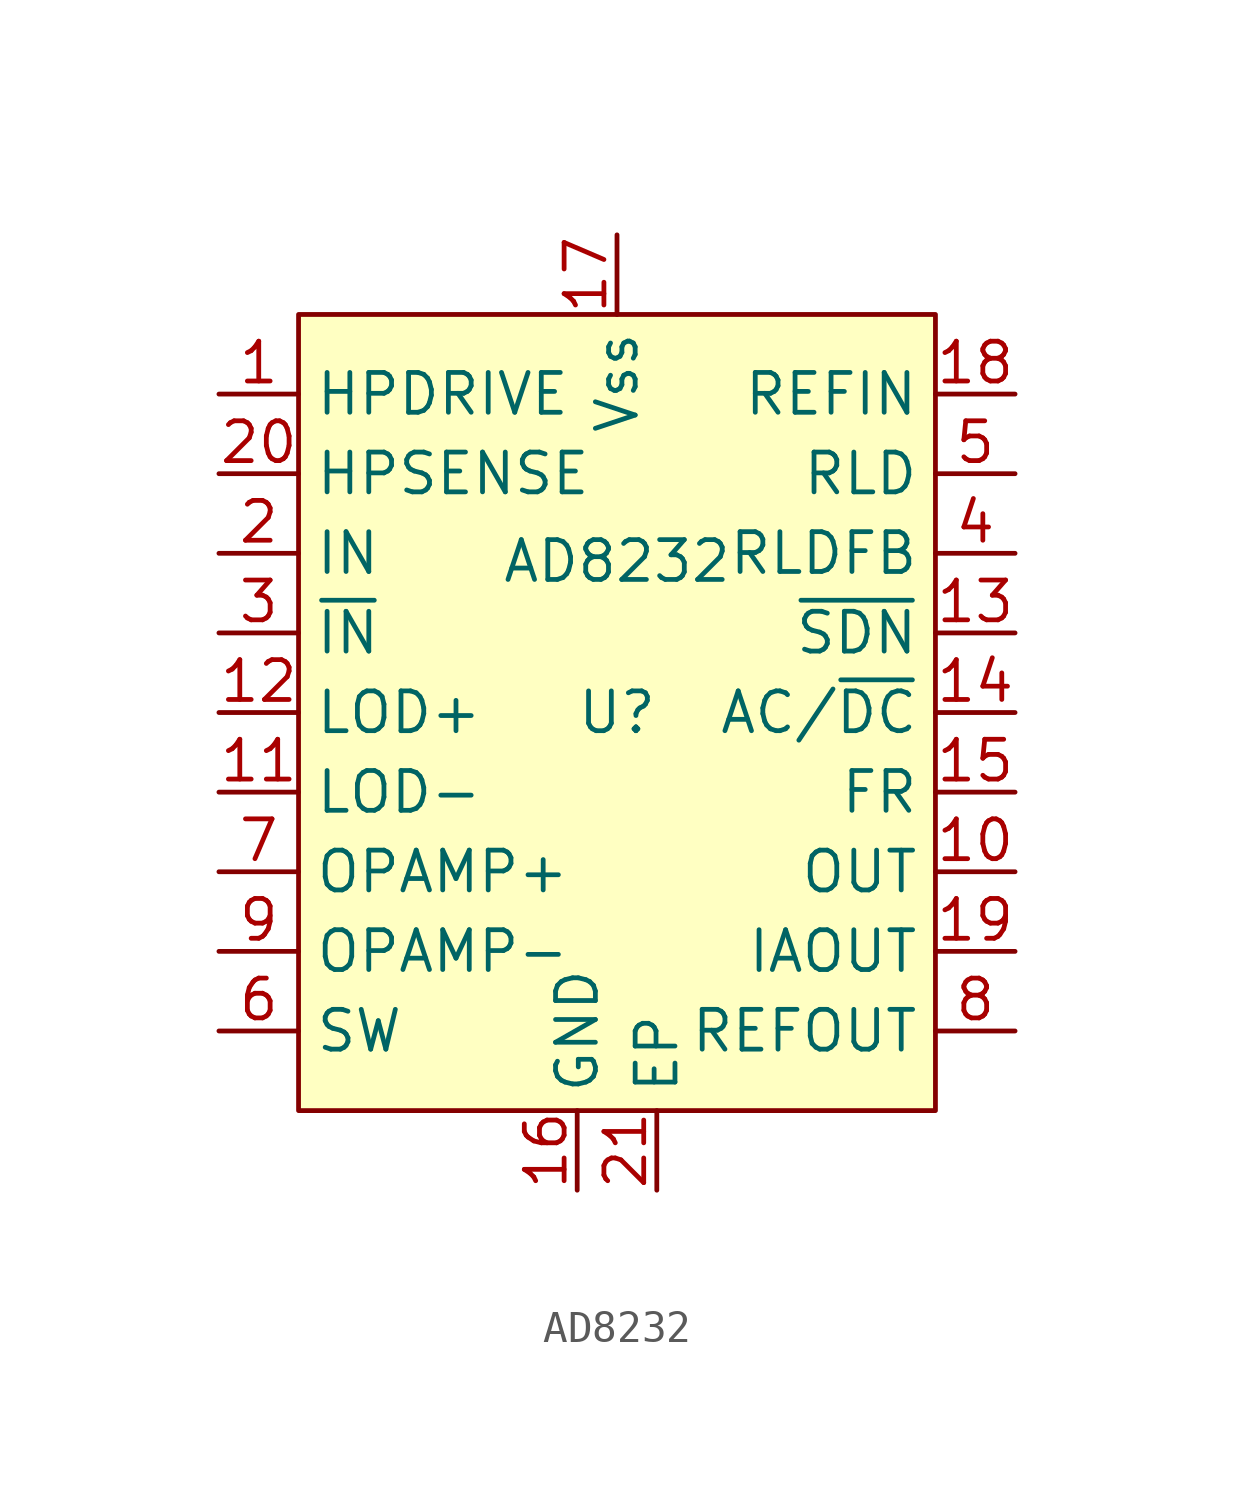
<source format=kicad_sym>
(kicad_symbol_lib
  (version 20231120)
  (generator "kicad_symbol_editor")
  (generator_version "8.0")
  (symbol "AD8232"
    (property "Reference" "U"
      (at 0 0 0)
      (effects (font (size 1.27 1.27))))
    (property "Value" "AD8232"
      (at 0 4.826 0)
      (effects (font (size 1.27 1.27))))
    (symbol "AD8232_0_1"
      (rectangle (start -10.16 12.7) (end 10.16 -12.7) (stroke (width 0) (type default)) (fill (type background))))
    (symbol "AD8232_1_1"
      (pin output line (at -12.7 10.16 0) (length 2.54) (name "HPDRIVE" (effects (font (size 1.27 1.27)))) (number "1" (effects (font (size 1.27 1.27)))))
      (pin output line (at 12.7 -5.08 180) (length 2.54) (name "OUT" (effects (font (size 1.27 1.27)))) (number "10" (effects (font (size 1.27 1.27)))))
      (pin output line (at -12.7 -2.54 0) (length 2.54) (name "LOD-" (effects (font (size 1.27 1.27)))) (number "11" (effects (font (size 1.27 1.27)))))
      (pin output line (at -12.7 0 0) (length 2.54) (name "LOD+" (effects (font (size 1.27 1.27)))) (number "12" (effects (font (size 1.27 1.27)))))
      (pin input line (at 12.7 2.54 180) (length 2.54) (name "~{SDN}" (effects (font (size 1.27 1.27)))) (number "13" (effects (font (size 1.27 1.27)))))
      (pin input line (at 12.7 0 180) (length 2.54) (name "AC/~{DC}" (effects (font (size 1.27 1.27)))) (number "14" (effects (font (size 1.27 1.27)))))
      (pin input line (at 12.7 -2.54 180) (length 2.54) (name "FR" (effects (font (size 1.27 1.27)))) (number "15" (effects (font (size 1.27 1.27)))))
      (pin power_in line (at -1.27 -15.24 90) (length 2.54) (name "GND" (effects (font (size 1.27 1.27)))) (number "16" (effects (font (size 1.27 1.27)))))
      (pin power_in line (at 0 15.24 270) (length 2.54) (name "Vss" (effects (font (size 1.27 1.27)))) (number "17" (effects (font (size 1.27 1.27)))))
      (pin input line (at 12.7 10.16 180) (length 2.54) (name "REFIN" (effects (font (size 1.27 1.27)))) (number "18" (effects (font (size 1.27 1.27)))))
      (pin output line (at 12.7 -7.62 180) (length 2.54) (name "IAOUT" (effects (font (size 1.27 1.27)))) (number "19" (effects (font (size 1.27 1.27)))))
      (pin input line (at -12.7 5.08 0) (length 2.54) (name "IN" (effects (font (size 1.27 1.27)))) (number "2" (effects (font (size 1.27 1.27)))))
      (pin input line (at -12.7 7.62 0) (length 2.54) (name "HPSENSE" (effects (font (size 1.27 1.27)))) (number "20" (effects (font (size 1.27 1.27)))))
      (pin passive line (at 1.27 -15.24 90) (length 2.54) (name "EP" (effects (font (size 1.27 1.27)))) (number "21" (effects (font (size 1.27 1.27)))))
      (pin input line (at -12.7 2.54 0) (length 2.54) (name "~{IN}" (effects (font (size 1.27 1.27)))) (number "3" (effects (font (size 1.27 1.27)))))
      (pin input line (at 12.7 5.08 180) (length 2.54) (name "RLDFB" (effects (font (size 1.27 1.27)))) (number "4" (effects (font (size 1.27 1.27)))))
      (pin output line (at 12.7 7.62 180) (length 2.54) (name "RLD" (effects (font (size 1.27 1.27)))) (number "5" (effects (font (size 1.27 1.27)))))
      (pin input line (at -12.7 -10.16 0) (length 2.54) (name "SW" (effects (font (size 1.27 1.27)))) (number "6" (effects (font (size 1.27 1.27)))))
      (pin input line (at -12.7 -5.08 0) (length 2.54) (name "OPAMP+" (effects (font (size 1.27 1.27)))) (number "7" (effects (font (size 1.27 1.27)))))
      (pin output line (at 12.7 -10.16 180) (length 2.54) (name "REFOUT" (effects (font (size 1.27 1.27)))) (number "8" (effects (font (size 1.27 1.27)))))
      (pin input line (at -12.7 -7.62 0) (length 2.54) (name "OPAMP-" (effects (font (size 1.27 1.27)))) (number "9" (effects (font (size 1.27 1.27))))))))
</source>
